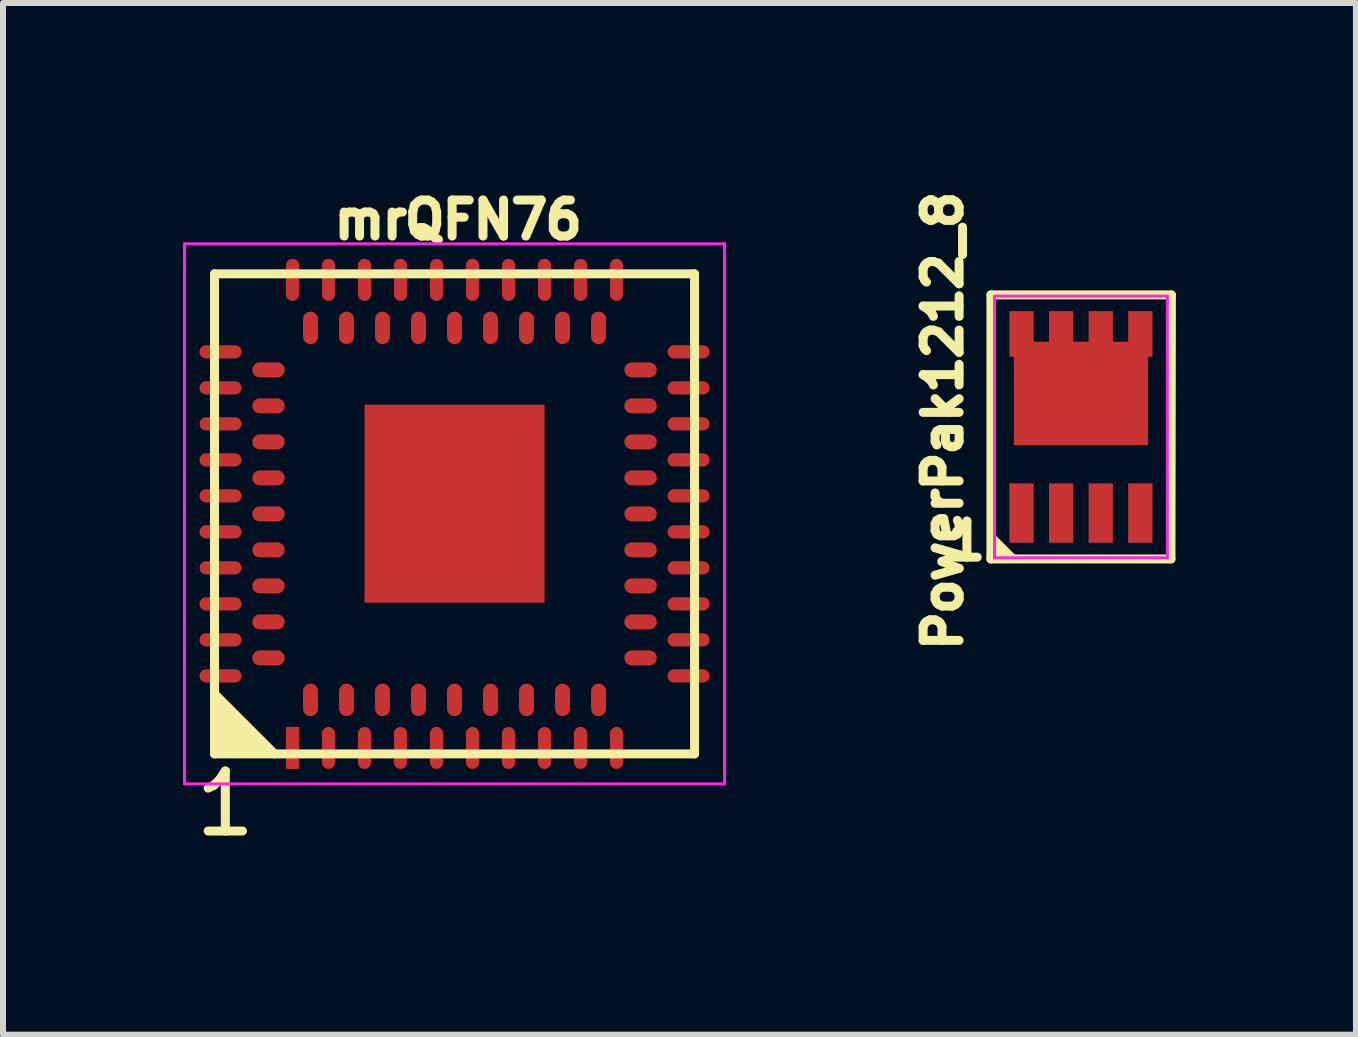
<source format=kicad_pcb>
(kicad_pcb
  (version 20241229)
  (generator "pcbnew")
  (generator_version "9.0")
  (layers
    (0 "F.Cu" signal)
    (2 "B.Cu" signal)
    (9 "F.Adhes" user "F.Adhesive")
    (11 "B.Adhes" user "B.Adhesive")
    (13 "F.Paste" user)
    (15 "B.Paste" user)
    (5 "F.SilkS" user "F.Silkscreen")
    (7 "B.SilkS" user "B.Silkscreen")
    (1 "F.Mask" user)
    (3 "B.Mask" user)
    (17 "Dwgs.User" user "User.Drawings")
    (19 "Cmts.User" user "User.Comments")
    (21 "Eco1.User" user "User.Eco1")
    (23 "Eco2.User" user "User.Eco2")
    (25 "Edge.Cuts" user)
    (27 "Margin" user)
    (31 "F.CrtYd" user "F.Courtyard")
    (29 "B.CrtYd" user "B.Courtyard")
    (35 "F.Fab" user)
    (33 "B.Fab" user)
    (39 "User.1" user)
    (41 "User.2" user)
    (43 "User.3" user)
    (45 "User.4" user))
  (footprint "PowerPak1212_8"
    (layer "F.Cu")
    (at 14.964 4.065)
    (property "Reference" "PowerPak1212_8" (at -2.3 -0.1 90) (layer "F.SilkS") (effects (font (size 0.6 0.6) (thickness 0.15))))
    (attr through_hole)
    (fp_line (start -1.5 -2.2) (end 1.508 -2.2) (stroke (width 0.15) (type solid)) (layer "F.SilkS"))
    (fp_line (start -1.5 2.2) (end -1.5 -2.2) (stroke (width 0.15) (type solid)) (layer "F.SilkS"))
    (fp_line (start 1.5 2.2) (end -1.5 2.2) (stroke (width 0.15) (type solid)) (layer "F.SilkS"))
    (fp_line (start 1.508 -2.2) (end 1.5 2.2) (stroke (width 0.15) (type solid)) (layer "F.SilkS"))
    (fp_poly (pts (xy -1.1 2.2) (xy -1.5 2.2) (xy -1.5 1.8)) (stroke (width 0.1) (type solid)) (fill yes) (layer "F.SilkS"))
    (fp_line (start -1.44 -2.18) (end 1.44 -2.18) (stroke (width 0.05) (type solid)) (layer "F.CrtYd"))
    (fp_line (start -1.44 2.18) (end -1.44 -2.18) (stroke (width 0.05) (type solid)) (layer "F.CrtYd"))
    (fp_line (start 1.44 -2.18) (end 1.44 2.18) (stroke (width 0.05) (type solid)) (layer "F.CrtYd"))
    (fp_line (start 1.44 2.18) (end -1.44 2.18) (stroke (width 0.05) (type solid)) (layer "F.CrtYd"))
    (fp_text user "1" (at -1.9 1.9 0) (unlocked yes) (layer "F.SilkS") (effects (font (size 0.6 0.6) (thickness 0.15))))
    (pad "1" smd rect (at -0.99 1.435) (size 0.405 0.99) (layers "F.Cu" "F.Mask" "F.Paste"))
    (pad "2" smd rect (at -0.33 1.435) (size 0.405 0.99) (layers "F.Cu" "F.Mask" "F.Paste"))
    (pad "3" smd rect (at 0.33 1.435) (size 0.405 0.99) (layers "F.Cu" "F.Mask" "F.Paste"))
    (pad "4" smd rect (at 0.99 1.435) (size 0.405 0.99) (layers "F.Cu" "F.Mask" "F.Paste"))
    (pad "5" smd rect (at 0.99 -1.55) (size 0.405 0.76) (layers "F.Cu" "F.Mask" "F.Paste"))
    (pad "6" smd rect (at 0.33 -1.55) (size 0.405 0.76) (layers "F.Cu" "F.Mask" "F.Paste"))
    (pad "7" smd rect (at -0.33 -1.55) (size 0.405 0.76) (layers "F.Cu" "F.Mask" "F.Paste"))
    (pad "7" smd rect (at 0 -0.557) (size 2.235 1.725) (layers "F.Cu" "F.Mask" "F.Paste"))
    (pad "8" smd rect (at -0.99 -1.55) (size 0.405 0.76) (layers "F.Cu" "F.Mask" "F.Paste")))
  (footprint "mrQFN76"
    (layer "F.Cu")
    (at 4.525 5.514)
    (property "Reference" "mrQFN76" (at 0.06 -4.9 0) (layer "F.SilkS") (effects (font (size 0.6 0.6) (thickness 0.15))))
    (attr smd)
    (fp_line (start -4 -4) (end 4 -4) (stroke (width 0.15) (type solid)) (layer "F.SilkS"))
    (fp_line (start -4 3) (end -3 4) (stroke (width 0.15) (type solid)) (layer "F.SilkS"))
    (fp_line (start -4 4) (end -4 -4) (stroke (width 0.15) (type solid)) (layer "F.SilkS"))
    (fp_line (start 4 -4) (end 4 4) (stroke (width 0.15) (type solid)) (layer "F.SilkS"))
    (fp_line (start 4 4) (end -4 4) (stroke (width 0.15) (type solid)) (layer "F.SilkS"))
    (fp_poly (pts (xy -4 3.03) (xy -3.04 3.99) (xy -4 4) (xy -3.99 4) (xy -3.99 3.74)) (stroke (width 0.1) (type solid)) (fill yes) (layer "F.SilkS"))
    (fp_line (start -4.5 -4.5) (end 4.5 -4.5) (stroke (width 0.05) (type solid)) (layer "F.CrtYd"))
    (fp_line (start -4.5 4.5) (end -4.5 -4.5) (stroke (width 0.05) (type solid)) (layer "F.CrtYd"))
    (fp_line (start 4.5 -4.5) (end 4.5 4.5) (stroke (width 0.05) (type solid)) (layer "F.CrtYd"))
    (fp_line (start 4.5 4.5) (end -4.5 4.5) (stroke (width 0.05) (type solid)) (layer "F.CrtYd"))
    (fp_text user "1" (at -3.82 4.83 0) (layer "F.SilkS") (effects (font (size 1 1) (thickness 0.15))))
    (pad "A1" smd rect (at -2.7 3.9) (size 0.22 0.7) (layers "F.Cu" "F.Mask" "F.Paste"))
    (pad "A2" smd oval (at -2.1 3.9) (size 0.22 0.7) (layers "F.Cu" "F.Mask" "F.Paste"))
    (pad "A3" smd oval (at -1.5 3.9) (size 0.22 0.7) (layers "F.Cu" "F.Mask" "F.Paste"))
    (pad "A4" smd oval (at -0.9 3.9) (size 0.22 0.7) (layers "F.Cu" "F.Mask" "F.Paste"))
    (pad "A5" smd oval (at -0.3 3.9) (size 0.22 0.7) (layers "F.Cu" "F.Mask" "F.Paste"))
    (pad "A6" smd oval (at 0.3 3.9) (size 0.22 0.7) (layers "F.Cu" "F.Mask" "F.Paste"))
    (pad "A7" smd oval (at 0.9 3.9) (size 0.22 0.7) (layers "F.Cu" "F.Mask" "F.Paste"))
    (pad "A8" smd oval (at 1.5 3.9) (size 0.22 0.7) (layers "F.Cu" "F.Mask" "F.Paste"))
    (pad "A9" smd oval (at 2.1 3.9) (size 0.22 0.7) (layers "F.Cu" "F.Mask" "F.Paste"))
    (pad "A10" smd oval (at 2.7 3.9) (size 0.22 0.7) (layers "F.Cu" "F.Mask" "F.Paste"))
    (pad "A11" smd oval (at 3.9 2.7 90) (size 0.22 0.7) (layers "F.Cu" "F.Mask" "F.Paste"))
    (pad "A12" smd oval (at 3.9 2.1 90) (size 0.22 0.7) (layers "F.Cu" "F.Mask" "F.Paste"))
    (pad "A13" smd oval (at 3.9 1.5 90) (size 0.22 0.7) (layers "F.Cu" "F.Mask" "F.Paste"))
    (pad "A14" smd oval (at 3.9 0.9 90) (size 0.22 0.7) (layers "F.Cu" "F.Mask" "F.Paste"))
    (pad "A15" smd oval (at 3.9 0.3 90) (size 0.22 0.7) (layers "F.Cu" "F.Mask" "F.Paste"))
    (pad "A16" smd oval (at 3.9 -0.3 90) (size 0.22 0.7) (layers "F.Cu" "F.Mask" "F.Paste"))
    (pad "A17" smd oval (at 3.9 -0.9 90) (size 0.22 0.7) (layers "F.Cu" "F.Mask" "F.Paste"))
    (pad "A18" smd oval (at 3.9 -1.5 90) (size 0.22 0.7) (layers "F.Cu" "F.Mask" "F.Paste"))
    (pad "A19" smd oval (at 3.9 -2.1 90) (size 0.22 0.7) (layers "F.Cu" "F.Mask" "F.Paste"))
    (pad "A20" smd oval (at 3.9 -2.7 90) (size 0.22 0.7) (layers "F.Cu" "F.Mask" "F.Paste"))
    (pad "A21" smd oval (at 2.7 -3.9) (size 0.22 0.7) (layers "F.Cu" "F.Mask" "F.Paste"))
    (pad "A22" smd oval (at 2.1 -3.9) (size 0.22 0.7) (layers "F.Cu" "F.Mask" "F.Paste"))
    (pad "A23" smd oval (at 1.5 -3.9) (size 0.22 0.7) (layers "F.Cu" "F.Mask" "F.Paste"))
    (pad "A24" smd oval (at 0.9 -3.9) (size 0.22 0.7) (layers "F.Cu" "F.Mask" "F.Paste"))
    (pad "A25" smd oval (at 0.3 -3.9) (size 0.22 0.7) (layers "F.Cu" "F.Mask" "F.Paste"))
    (pad "A26" smd oval (at -0.3 -3.9) (size 0.22 0.7) (layers "F.Cu" "F.Mask" "F.Paste"))
    (pad "A27" smd oval (at -0.9 -3.9) (size 0.22 0.7) (layers "F.Cu" "F.Mask" "F.Paste"))
    (pad "A28" smd oval (at -1.5 -3.9) (size 0.22 0.7) (layers "F.Cu" "F.Mask" "F.Paste"))
    (pad "A29" smd oval (at -2.1 -3.9) (size 0.22 0.7) (layers "F.Cu" "F.Mask" "F.Paste"))
    (pad "A30" smd oval (at -2.7 -3.9) (size 0.22 0.7) (layers "F.Cu" "F.Mask" "F.Paste"))
    (pad "A31" smd oval (at -3.9 -2.7 90) (size 0.22 0.7) (layers "F.Cu" "F.Mask" "F.Paste"))
    (pad "A32" smd oval (at -3.9 -2.1 90) (size 0.22 0.7) (layers "F.Cu" "F.Mask" "F.Paste"))
    (pad "A33" smd oval (at -3.9 -1.5 90) (size 0.22 0.7) (layers "F.Cu" "F.Mask" "F.Paste"))
    (pad "A34" smd oval (at -3.9 -0.9 90) (size 0.22 0.7) (layers "F.Cu" "F.Mask" "F.Paste"))
    (pad "A35" smd oval (at -3.9 -0.3 90) (size 0.22 0.7) (layers "F.Cu" "F.Mask" "F.Paste"))
    (pad "A36" smd oval (at -3.9 0.3 90) (size 0.22 0.7) (layers "F.Cu" "F.Mask" "F.Paste"))
    (pad "A37" smd oval (at -3.9 0.9 90) (size 0.22 0.7) (layers "F.Cu" "F.Mask" "F.Paste"))
    (pad "A38" smd oval (at -3.9 1.5 90) (size 0.22 0.7) (layers "F.Cu" "F.Mask" "F.Paste"))
    (pad "A39" smd oval (at -3.9 2.1 90) (size 0.22 0.7) (layers "F.Cu" "F.Mask" "F.Paste"))
    (pad "A40" smd oval (at -3.9 2.7 90) (size 0.22 0.7) (layers "F.Cu" "F.Mask" "F.Paste"))
    (pad "B1" smd oval (at -2.4 3.1) (size 0.25 0.54) (layers "F.Cu" "F.Mask" "F.Paste"))
    (pad "B2" smd oval (at -1.8 3.1) (size 0.25 0.54) (layers "F.Cu" "F.Mask" "F.Paste"))
    (pad "B3" smd oval (at -1.2 3.1) (size 0.25 0.54) (layers "F.Cu" "F.Mask" "F.Paste"))
    (pad "B4" smd oval (at -0.6 3.1) (size 0.25 0.54) (layers "F.Cu" "F.Mask" "F.Paste"))
    (pad "B5" smd oval (at 0 3.1) (size 0.25 0.54) (layers "F.Cu" "F.Mask" "F.Paste"))
    (pad "B6" smd oval (at 0.6 3.1) (size 0.25 0.54) (layers "F.Cu" "F.Mask" "F.Paste"))
    (pad "B7" smd oval (at 1.2 3.1) (size 0.25 0.54) (layers "F.Cu" "F.Mask" "F.Paste"))
    (pad "B8" smd oval (at 1.8 3.1) (size 0.25 0.54) (layers "F.Cu" "F.Mask" "F.Paste"))
    (pad "B9" smd oval (at 2.4 3.1) (size 0.25 0.54) (layers "F.Cu" "F.Mask" "F.Paste"))
    (pad "B10" smd oval (at 3.1 2.4 90) (size 0.25 0.54) (layers "F.Cu" "F.Mask" "F.Paste"))
    (pad "B11" smd oval (at 3.1 1.8 90) (size 0.25 0.54) (layers "F.Cu" "F.Mask" "F.Paste"))
    (pad "B12" smd oval (at 3.1 1.2 90) (size 0.25 0.54) (layers "F.Cu" "F.Mask" "F.Paste"))
    (pad "B13" smd oval (at 3.1 0.6 90) (size 0.25 0.54) (layers "F.Cu" "F.Mask" "F.Paste"))
    (pad "B14" smd oval (at 3.1 0 90) (size 0.25 0.54) (layers "F.Cu" "F.Mask" "F.Paste"))
    (pad "B15" smd oval (at 3.1 -0.6 90) (size 0.25 0.54) (layers "F.Cu" "F.Mask" "F.Paste"))
    (pad "B16" smd oval (at 3.1 -1.2 90) (size 0.25 0.54) (layers "F.Cu" "F.Mask" "F.Paste"))
    (pad "B17" smd oval (at 3.1 -1.8 90) (size 0.25 0.54) (layers "F.Cu" "F.Mask" "F.Paste"))
    (pad "B18" smd oval (at 3.1 -2.4 90) (size 0.25 0.54) (layers "F.Cu" "F.Mask" "F.Paste"))
    (pad "B19" smd oval (at 2.4 -3.1) (size 0.25 0.54) (layers "F.Cu" "F.Mask" "F.Paste"))
    (pad "B20" smd oval (at 1.8 -3.1) (size 0.25 0.54) (layers "F.Cu" "F.Mask" "F.Paste"))
    (pad "B21" smd oval (at 1.2 -3.1) (size 0.25 0.54) (layers "F.Cu" "F.Mask" "F.Paste"))
    (pad "B22" smd oval (at 0.6 -3.1) (size 0.25 0.54) (layers "F.Cu" "F.Mask" "F.Paste"))
    (pad "B23" smd oval (at 0 -3.1) (size 0.25 0.54) (layers "F.Cu" "F.Mask" "F.Paste"))
    (pad "B24" smd oval (at -0.6 -3.1) (size 0.25 0.54) (layers "F.Cu" "F.Mask" "F.Paste"))
    (pad "B25" smd oval (at -1.2 -3.1) (size 0.25 0.54) (layers "F.Cu" "F.Mask" "F.Paste"))
    (pad "B26" smd oval (at -1.8 -3.1) (size 0.25 0.54) (layers "F.Cu" "F.Mask" "F.Paste"))
    (pad "B27" smd oval (at -2.4 -3.1) (size 0.25 0.54) (layers "F.Cu" "F.Mask" "F.Paste"))
    (pad "B28" smd oval (at -3.1 -2.4 90) (size 0.25 0.54) (layers "F.Cu" "F.Mask" "F.Paste"))
    (pad "B29" smd oval (at -3.1 -1.8 90) (size 0.25 0.54) (layers "F.Cu" "F.Mask" "F.Paste"))
    (pad "B30" smd oval (at -3.1 -1.2 90) (size 0.25 0.54) (layers "F.Cu" "F.Mask" "F.Paste"))
    (pad "B31" smd oval (at -3.1 -0.6 90) (size 0.25 0.54) (layers "F.Cu" "F.Mask" "F.Paste"))
    (pad "B32" smd oval (at -3.1 0 90) (size 0.25 0.54) (layers "F.Cu" "F.Mask" "F.Paste"))
    (pad "B33" smd oval (at -3.1 0.6 90) (size 0.25 0.54) (layers "F.Cu" "F.Mask" "F.Paste"))
    (pad "B34" smd oval (at -3.1 1.2 90) (size 0.25 0.54) (layers "F.Cu" "F.Mask" "F.Paste"))
    (pad "B35" smd oval (at -3.1 1.8 90) (size 0.25 0.54) (layers "F.Cu" "F.Mask" "F.Paste"))
    (pad "B36" smd oval (at -3.1 2.4 90) (size 0.25 0.54) (layers "F.Cu" "F.Mask" "F.Paste"))
    (pad "PAD" smd rect (at 0 -0.17) (size 3 3.3) (layers "F.Cu" "F.Mask" "F.Paste")))
  (gr_rect
    (start -3 -3)
    (end 19.547 14.193)
    (stroke (width 0.1) (type default))
    (fill no)
    (layer "Edge.Cuts")))
</source>
